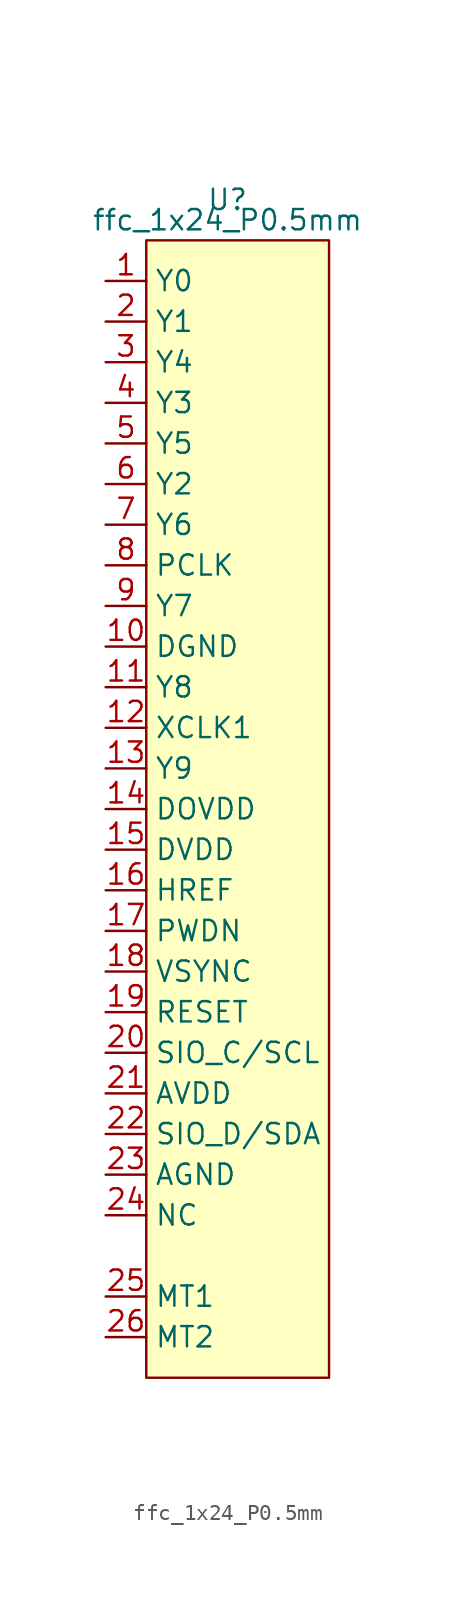
<source format=kicad_sym>
(kicad_symbol_lib
  (version 20211014)
  (generator kicad_symbol_editor)
  (symbol "ffc_1x24_P0.5mm"
    (property "Reference" "U"
      (at 0 34.29 0)
      (effects (font (size 1.27 1.27))))
    (property "Value" "ffc_1x24_P0.5mm"
      (at 0 33.02 0)
      (effects (font (size 1.27 1.27))))
    (symbol "ffc_1x24_P0.5mm_0_1"
      (rectangle (start -5.08 31.75) (end 6.35 -39.37) (stroke (width 0) (type default) (color 0 0 0 0)) (fill (type background))))
    (symbol "ffc_1x24_P0.5mm_1_1"
      (pin output line (at -7.62 29.21 0) (length 2.54) (name "Y0" (effects (font (size 1.27 1.27)))) (number "1" (effects (font (size 1.27 1.27)))))
      (pin power_out line (at -7.62 6.35 0) (length 2.54) (name "DGND" (effects (font (size 1.27 1.27)))) (number "10" (effects (font (size 1.27 1.27)))))
      (pin output line (at -7.62 3.81 0) (length 2.54) (name "Y8" (effects (font (size 1.27 1.27)))) (number "11" (effects (font (size 1.27 1.27)))))
      (pin output line (at -7.62 1.27 0) (length 2.54) (name "XCLK1" (effects (font (size 1.27 1.27)))) (number "12" (effects (font (size 1.27 1.27)))))
      (pin output line (at -7.62 -1.27 0) (length 2.54) (name "Y9" (effects (font (size 1.27 1.27)))) (number "13" (effects (font (size 1.27 1.27)))))
      (pin power_in line (at -7.62 -3.81 0) (length 2.54) (name "DOVDD" (effects (font (size 1.27 1.27)))) (number "14" (effects (font (size 1.27 1.27)))))
      (pin power_in line (at -7.62 -6.35 0) (length 2.54) (name "DVDD" (effects (font (size 1.27 1.27)))) (number "15" (effects (font (size 1.27 1.27)))))
      (pin output line (at -7.62 -8.89 0) (length 2.54) (name "HREF" (effects (font (size 1.27 1.27)))) (number "16" (effects (font (size 1.27 1.27)))))
      (pin power_in line (at -7.62 -11.43 0) (length 2.54) (name "PWDN" (effects (font (size 1.27 1.27)))) (number "17" (effects (font (size 1.27 1.27)))))
      (pin output line (at -7.62 -13.97 0) (length 2.54) (name "VSYNC" (effects (font (size 1.27 1.27)))) (number "18" (effects (font (size 1.27 1.27)))))
      (pin output line (at -7.62 -16.51 0) (length 2.54) (name "RESET" (effects (font (size 1.27 1.27)))) (number "19" (effects (font (size 1.27 1.27)))))
      (pin output line (at -7.62 26.67 0) (length 2.54) (name "Y1" (effects (font (size 1.27 1.27)))) (number "2" (effects (font (size 1.27 1.27)))))
      (pin output line (at -7.62 -19.05 0) (length 2.54) (name "SIO_C/SCL" (effects (font (size 1.27 1.27)))) (number "20" (effects (font (size 1.27 1.27)))))
      (pin power_in line (at -7.62 -21.59 0) (length 2.54) (name "AVDD" (effects (font (size 1.27 1.27)))) (number "21" (effects (font (size 1.27 1.27)))))
      (pin output line (at -7.62 -24.13 0) (length 2.54) (name "SIO_D/SDA" (effects (font (size 1.27 1.27)))) (number "22" (effects (font (size 1.27 1.27)))))
      (pin power_in line (at -7.62 -26.67 0) (length 2.54) (name "AGND" (effects (font (size 1.27 1.27)))) (number "23" (effects (font (size 1.27 1.27)))))
      (pin input line (at -7.62 -29.21 0) (length 2.54) (name "NC" (effects (font (size 1.27 1.27)))) (number "24" (effects (font (size 1.27 1.27)))))
      (pin power_out line (at -7.62 -34.29 0) (length 2.54) (name "MT1" (effects (font (size 1.27 1.27)))) (number "25" (effects (font (size 1.27 1.27)))))
      (pin power_out line (at -7.62 -36.83 0) (length 2.54) (name "MT2" (effects (font (size 1.27 1.27)))) (number "26" (effects (font (size 1.27 1.27)))))
      (pin output line (at -7.62 24.13 0) (length 2.54) (name "Y4" (effects (font (size 1.27 1.27)))) (number "3" (effects (font (size 1.27 1.27)))))
      (pin output line (at -7.62 21.59 0) (length 2.54) (name "Y3" (effects (font (size 1.27 1.27)))) (number "4" (effects (font (size 1.27 1.27)))))
      (pin output line (at -7.62 19.05 0) (length 2.54) (name "Y5" (effects (font (size 1.27 1.27)))) (number "5" (effects (font (size 1.27 1.27)))))
      (pin output line (at -7.62 16.51 0) (length 2.54) (name "Y2" (effects (font (size 1.27 1.27)))) (number "6" (effects (font (size 1.27 1.27)))))
      (pin output line (at -7.62 13.97 0) (length 2.54) (name "Y6" (effects (font (size 1.27 1.27)))) (number "7" (effects (font (size 1.27 1.27)))))
      (pin power_out line (at -7.62 11.43 0) (length 2.54) (name "PCLK" (effects (font (size 1.27 1.27)))) (number "8" (effects (font (size 1.27 1.27)))))
      (pin output line (at -7.62 8.89 0) (length 2.54) (name "Y7" (effects (font (size 1.27 1.27)))) (number "9" (effects (font (size 1.27 1.27))))))))
</source>
